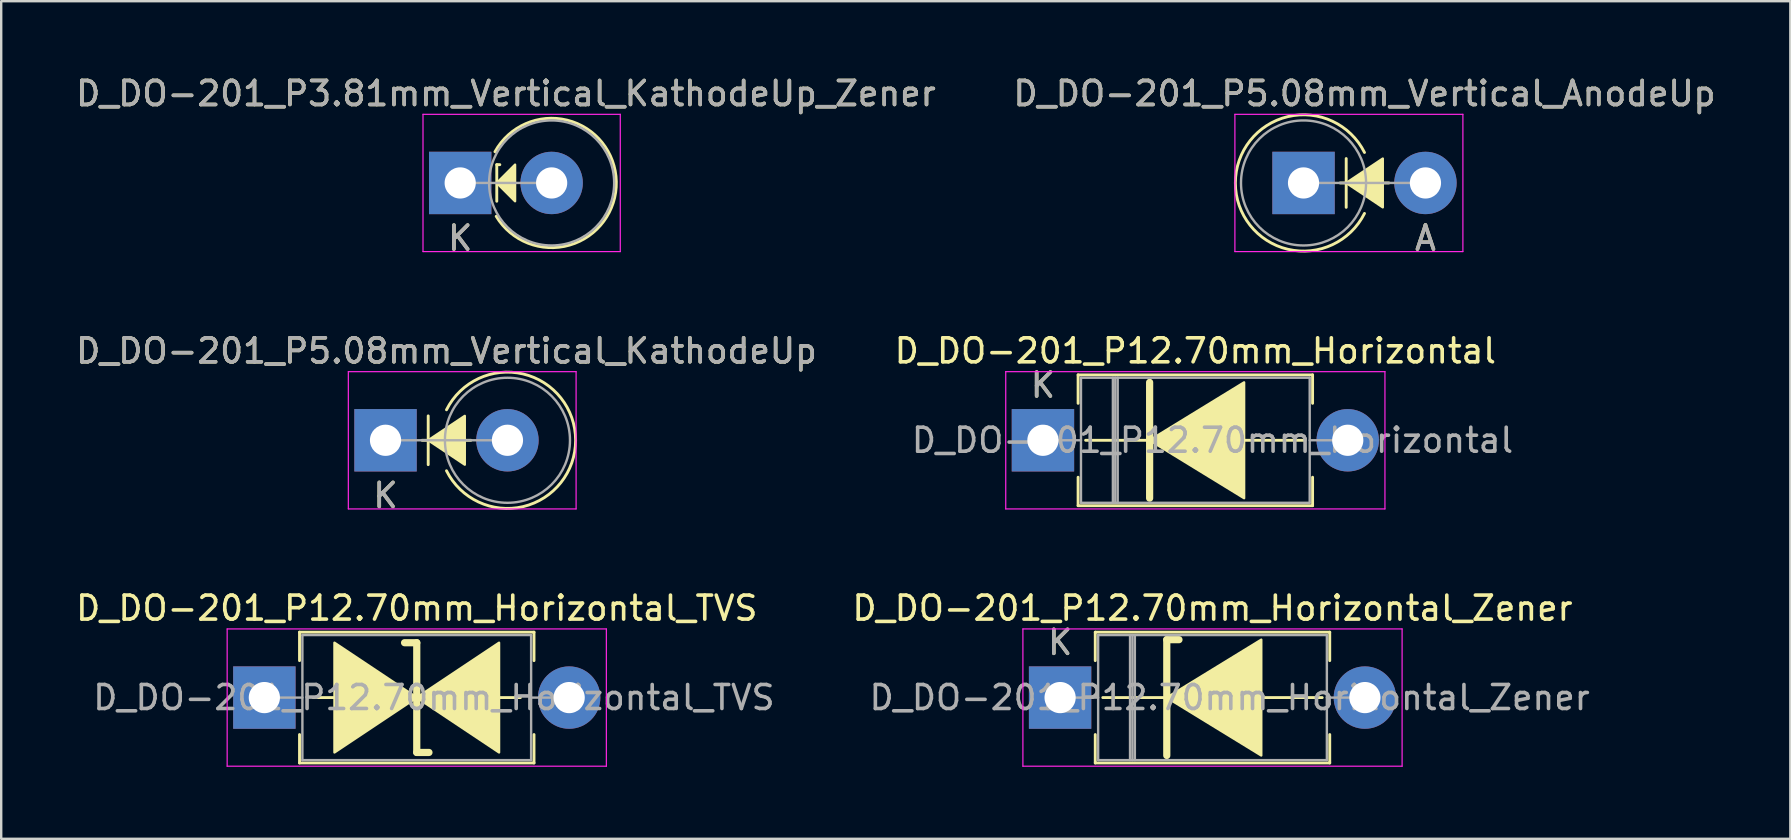
<source format=kicad_pcb>
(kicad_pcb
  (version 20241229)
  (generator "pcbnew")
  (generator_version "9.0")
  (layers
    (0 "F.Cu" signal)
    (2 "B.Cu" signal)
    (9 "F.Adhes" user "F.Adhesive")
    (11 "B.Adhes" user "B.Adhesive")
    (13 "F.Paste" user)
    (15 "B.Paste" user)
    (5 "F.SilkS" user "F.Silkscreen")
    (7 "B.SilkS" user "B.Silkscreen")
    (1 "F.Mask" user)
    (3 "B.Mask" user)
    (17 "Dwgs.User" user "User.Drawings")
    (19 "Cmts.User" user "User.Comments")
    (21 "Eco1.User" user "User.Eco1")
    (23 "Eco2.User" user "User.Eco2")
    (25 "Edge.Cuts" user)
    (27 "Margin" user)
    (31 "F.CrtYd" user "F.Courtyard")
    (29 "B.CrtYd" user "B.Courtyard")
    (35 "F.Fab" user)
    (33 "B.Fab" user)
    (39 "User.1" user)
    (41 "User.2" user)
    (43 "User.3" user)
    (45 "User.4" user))
  (footprint "D_DO-201_P3.81mm_Vertical_KathodeUp_Zener"
    (layer "F.Cu")
    (at 16.125 4.573)
    (property "Reference" "D_DO-201_P3.81mm_Vertical_KathodeUp_Zener" (at 1.905 -3.725 0) (layer "F.SilkS") (effects (font (size 1 1) (thickness 0.15))))
    (attr through_hole)
    (fp_line (start 1.524 -0.762) (end 1.524 0.762) (stroke (width 0.12) (type solid)) (layer "F.SilkS"))
    (fp_line (start 1.524 -0.762) (end 1.651 -0.762) (stroke (width 0.12) (type solid)) (layer "F.SilkS"))
    (fp_arc (start 1.448639 -1.3) (mid 6.505054 -0.052035) (end 1.50058 1.390181) (stroke (width 0.12) (type solid)) (layer "F.SilkS"))
    (fp_poly (pts (xy 2.286 0.762) (xy 1.524 0) (xy 2.286 -0.762)) (stroke (width 0.1) (type solid)) (fill yes) (layer "F.SilkS"))
    (fp_line (start -1.55 -2.86) (end -1.55 2.86) (stroke (width 0.05) (type solid)) (layer "F.CrtYd"))
    (fp_line (start -1.55 2.86) (end 6.67 2.86) (stroke (width 0.05) (type solid)) (layer "F.CrtYd"))
    (fp_line (start 6.67 -2.86) (end -1.55 -2.86) (stroke (width 0.05) (type solid)) (layer "F.CrtYd"))
    (fp_line (start 6.67 2.86) (end 6.67 -2.86) (stroke (width 0.05) (type solid)) (layer "F.CrtYd"))
    (fp_line (start 0 0) (end 3.81 0) (stroke (width 0.1) (type solid)) (layer "F.Fab"))
    (fp_circle (center 3.81 0) (end 6.415 0) (stroke (width 0.1) (type solid)) (fill no) (layer "F.Fab"))
    (fp_text user "K" (at 0 2.3 0) (layer "F.SilkS") (effects (font (size 1 1) (thickness 0.15))))
    (fp_text user "${REFERENCE}" (at 1.905 -3.725 0) (layer "F.Fab") (effects (font (size 1 1) (thickness 0.15))))
    (fp_text user "K" (at 0 2.3 0) (layer "F.Fab") (effects (font (size 1 1) (thickness 0.15))))
    (pad "1" thru_hole rect (at 0 0) (size 2.6 2.6) (drill 1.3) (layers "*.Cu" "*.Mask"))
    (pad "2" thru_hole oval (at 3.81 0) (size 2.6 2.6) (drill 1.3) (layers "*.Cu" "*.Mask")))
  (footprint "D_DO-201_P12.70mm_Horizontal_TVS"
    (layer "F.Cu")
    (at 7.965 26.016)
    (property "Reference" "D_DO-201_P12.70mm_Horizontal_TVS" (at 6.35 -3.725 0) (layer "F.SilkS") (effects (font (size 1 1) (thickness 0.15))))
    (attr through_hole)
    (fp_line (start 1.465 -2.725) (end 11.235 -2.725) (stroke (width 0.12) (type solid)) (layer "F.SilkS"))
    (fp_line (start 1.465 -1.54) (end 1.465 -2.725) (stroke (width 0.12) (type solid)) (layer "F.SilkS"))
    (fp_line (start 1.465 1.54) (end 1.465 2.725) (stroke (width 0.12) (type solid)) (layer "F.SilkS"))
    (fp_line (start 1.465 2.725) (end 11.235 2.725) (stroke (width 0.12) (type solid)) (layer "F.SilkS"))
    (fp_line (start 2.032 0) (end 2.921 0) (stroke (width 0.12) (type solid)) (layer "F.SilkS"))
    (fp_line (start 6.35 -2.286) (end 5.842 -2.286) (stroke (width 0.3) (type solid)) (layer "F.SilkS"))
    (fp_line (start 6.35 2.286) (end 6.35 -2.286) (stroke (width 0.3) (type solid)) (layer "F.SilkS"))
    (fp_line (start 6.858 2.286) (end 6.35 2.286) (stroke (width 0.3) (type solid)) (layer "F.SilkS"))
    (fp_line (start 9.779 0) (end 10.668 0) (stroke (width 0.12) (type solid)) (layer "F.SilkS"))
    (fp_line (start 11.235 -2.725) (end 11.235 -1.54) (stroke (width 0.12) (type solid)) (layer "F.SilkS"))
    (fp_line (start 11.235 2.725) (end 11.235 1.54) (stroke (width 0.12) (type solid)) (layer "F.SilkS"))
    (fp_poly (pts (xy 6.35 0) (xy 2.921 2.286) (xy 2.921 -2.286)) (stroke (width 0.1) (type solid)) (fill yes) (layer "F.SilkS"))
    (fp_poly (pts (xy 6.35 0) (xy 9.779 -2.286) (xy 9.779 2.286)) (stroke (width 0.1) (type solid)) (fill yes) (layer "F.SilkS"))
    (fp_line (start -1.55 -2.86) (end -1.55 2.86) (stroke (width 0.05) (type solid)) (layer "F.CrtYd"))
    (fp_line (start -1.55 2.86) (end 14.25 2.86) (stroke (width 0.05) (type solid)) (layer "F.CrtYd"))
    (fp_line (start 14.25 -2.86) (end -1.55 -2.86) (stroke (width 0.05) (type solid)) (layer "F.CrtYd"))
    (fp_line (start 14.25 2.86) (end 14.25 -2.86) (stroke (width 0.05) (type solid)) (layer "F.CrtYd"))
    (fp_line (start 0 0) (end 1.585 0) (stroke (width 0.1) (type solid)) (layer "F.Fab"))
    (fp_line (start 1.585 -2.605) (end 1.585 2.605) (stroke (width 0.1) (type solid)) (layer "F.Fab"))
    (fp_line (start 1.585 2.605) (end 11.115 2.605) (stroke (width 0.1) (type solid)) (layer "F.Fab"))
    (fp_line (start 11.115 -2.605) (end 1.585 -2.605) (stroke (width 0.1) (type solid)) (layer "F.Fab"))
    (fp_line (start 11.115 2.605) (end 11.115 -2.605) (stroke (width 0.1) (type solid)) (layer "F.Fab"))
    (fp_line (start 12.7 0) (end 11.115 0) (stroke (width 0.1) (type solid)) (layer "F.Fab"))
    (fp_text user "${REFERENCE}" (at 7.065 0 0) (layer "F.Fab") (effects (font (size 1 1) (thickness 0.15))))
    (pad "1" thru_hole rect (at 0 0) (size 2.6 2.6) (drill 1.3) (layers "*.Cu" "*.Mask"))
    (pad "2" thru_hole oval (at 12.7 0) (size 2.6 2.6) (drill 1.3) (layers "*.Cu" "*.Mask")))
  (footprint "D_DO-201_P5.08mm_Vertical_KathodeUp"
    (layer "F.Cu")
    (at 13.014 15.295)
    (property "Reference" "D_DO-201_P5.08mm_Vertical_KathodeUp" (at 2.54 -3.725 0) (layer "F.SilkS") (effects (font (size 1 1) (thickness 0.15))))
    (attr through_hole)
    (fp_line (start 1.524 0) (end 3.556 0) (stroke (width 0.12) (type solid)) (layer "F.SilkS"))
    (fp_line (start 1.778 1.016) (end 1.778 -1.016) (stroke (width 0.12) (type solid)) (layer "F.SilkS"))
    (fp_arc (start 2.539999 -1.269999) (mid 7.919803 0.000001) (end 2.539999 1.27) (stroke (width 0.12) (type solid)) (layer "F.SilkS"))
    (fp_poly (pts (xy 3.302 1.016) (xy 1.778 0) (xy 3.302 -1.016)) (stroke (width 0.1) (type solid)) (fill yes) (layer "F.SilkS"))
    (fp_line (start -1.55 -2.86) (end -1.55 2.86) (stroke (width 0.05) (type solid)) (layer "F.CrtYd"))
    (fp_line (start -1.55 2.86) (end 7.94 2.86) (stroke (width 0.05) (type solid)) (layer "F.CrtYd"))
    (fp_line (start 7.94 -2.86) (end -1.55 -2.86) (stroke (width 0.05) (type solid)) (layer "F.CrtYd"))
    (fp_line (start 7.94 2.86) (end 7.94 -2.86) (stroke (width 0.05) (type solid)) (layer "F.CrtYd"))
    (fp_line (start 0 0) (end 5.08 0) (stroke (width 0.1) (type solid)) (layer "F.Fab"))
    (fp_circle (center 5.08 0) (end 7.685 0) (stroke (width 0.1) (type solid)) (fill no) (layer "F.Fab"))
    (fp_text user "K" (at 0 2.3 0) (layer "F.SilkS") (effects (font (size 1 1) (thickness 0.15))))
    (fp_text user "${REFERENCE}" (at 2.54 -3.725 0) (layer "F.Fab") (effects (font (size 1 1) (thickness 0.15))))
    (fp_text user "K" (at 0 2.3 0) (layer "F.Fab") (effects (font (size 1 1) (thickness 0.15))))
    (pad "1" thru_hole rect (at 0 0) (size 2.6 2.6) (drill 1.3) (layers "*.Cu" "*.Mask"))
    (pad "2" thru_hole oval (at 5.08 0) (size 2.6 2.6) (drill 1.3) (layers "*.Cu" "*.Mask")))
  (footprint "D_DO-201_P12.70mm_Horizontal"
    (layer "F.Cu")
    (at 40.406 15.295)
    (property "Reference" "D_DO-201_P12.70mm_Horizontal" (at 6.35 -3.725 0) (layer "F.SilkS") (effects (font (size 1 1) (thickness 0.15))))
    (attr through_hole)
    (fp_line (start 1.465 -2.725) (end 11.235 -2.725) (stroke (width 0.12) (type solid)) (layer "F.SilkS"))
    (fp_line (start 1.465 -1.54) (end 1.465 -2.725) (stroke (width 0.12) (type solid)) (layer "F.SilkS"))
    (fp_line (start 1.465 1.54) (end 1.465 2.725) (stroke (width 0.12) (type solid)) (layer "F.SilkS"))
    (fp_line (start 1.465 2.725) (end 11.235 2.725) (stroke (width 0.12) (type solid)) (layer "F.SilkS"))
    (fp_line (start 4.445 -2.413) (end 4.445 2.413) (stroke (width 0.3) (type solid)) (layer "F.SilkS"))
    (fp_line (start 4.572 0) (end 1.778 0) (stroke (width 0.12) (type solid)) (layer "F.SilkS"))
    (fp_line (start 8.255 0) (end 10.922 0) (stroke (width 0.12) (type solid)) (layer "F.SilkS"))
    (fp_line (start 11.235 -2.725) (end 11.235 -1.54) (stroke (width 0.12) (type solid)) (layer "F.SilkS"))
    (fp_line (start 11.235 2.725) (end 11.235 1.54) (stroke (width 0.12) (type solid)) (layer "F.SilkS"))
    (fp_poly (pts (xy 8.382 2.413) (xy 4.445 0) (xy 8.382 -2.413)) (stroke (width 0.1) (type solid)) (fill yes) (layer "F.SilkS"))
    (fp_line (start -1.55 -2.86) (end -1.55 2.86) (stroke (width 0.05) (type solid)) (layer "F.CrtYd"))
    (fp_line (start -1.55 2.86) (end 14.25 2.86) (stroke (width 0.05) (type solid)) (layer "F.CrtYd"))
    (fp_line (start 14.25 -2.86) (end -1.55 -2.86) (stroke (width 0.05) (type solid)) (layer "F.CrtYd"))
    (fp_line (start 14.25 2.86) (end 14.25 -2.86) (stroke (width 0.05) (type solid)) (layer "F.CrtYd"))
    (fp_line (start 0 0) (end 1.585 0) (stroke (width 0.1) (type solid)) (layer "F.Fab"))
    (fp_line (start 1.585 -2.605) (end 1.585 2.605) (stroke (width 0.1) (type solid)) (layer "F.Fab"))
    (fp_line (start 1.585 2.605) (end 11.115 2.605) (stroke (width 0.1) (type solid)) (layer "F.Fab"))
    (fp_line (start 2.914 -2.605) (end 2.914 2.605) (stroke (width 0.1) (type solid)) (layer "F.Fab"))
    (fp_line (start 3.014 -2.605) (end 3.014 2.605) (stroke (width 0.1) (type solid)) (layer "F.Fab"))
    (fp_line (start 3.115 -2.605) (end 3.115 2.605) (stroke (width 0.1) (type solid)) (layer "F.Fab"))
    (fp_line (start 11.115 -2.605) (end 1.585 -2.605) (stroke (width 0.1) (type solid)) (layer "F.Fab"))
    (fp_line (start 11.115 2.605) (end 11.115 -2.605) (stroke (width 0.1) (type solid)) (layer "F.Fab"))
    (fp_line (start 12.7 0) (end 11.115 0) (stroke (width 0.1) (type solid)) (layer "F.Fab"))
    (fp_text user "K" (at 0 -2.3 0) (layer "F.SilkS") (effects (font (size 1 1) (thickness 0.15))))
    (fp_text user "${REFERENCE}" (at 7.065 0 0) (layer "F.Fab") (effects (font (size 1 1) (thickness 0.15))))
    (fp_text user "K" (at 0 -2.3 0) (layer "F.Fab") (effects (font (size 1 1) (thickness 0.15))))
    (pad "1" thru_hole rect (at 0 0) (size 2.6 2.6) (drill 1.3) (layers "*.Cu" "*.Mask"))
    (pad "2" thru_hole oval (at 12.7 0) (size 2.6 2.6) (drill 1.3) (layers "*.Cu" "*.Mask")))
  (footprint "D_DO-201_P5.08mm_Vertical_AnodeUp"
    (layer "F.Cu")
    (at 51.264 4.573)
    (property "Reference" "D_DO-201_P5.08mm_Vertical_AnodeUp" (at 2.54 -3.725 0) (layer "F.SilkS") (effects (font (size 1 1) (thickness 0.15))))
    (attr through_hole)
    (fp_line (start 1.524 0) (end 3.556 0) (stroke (width 0.12) (type solid)) (layer "F.SilkS"))
    (fp_line (start 1.778 1.016) (end 1.778 -1.016) (stroke (width 0.12) (type solid)) (layer "F.SilkS"))
    (fp_arc (start 2.539999 1.27) (mid -2.839805 0) (end 2.539999 -1.269999) (stroke (width 0.12) (type solid)) (layer "F.SilkS"))
    (fp_poly (pts (xy 3.302 1.016) (xy 1.778 0) (xy 3.302 -1.016)) (stroke (width 0.1) (type solid)) (fill yes) (layer "F.SilkS"))
    (fp_line (start -2.86 -2.86) (end -2.86 2.86) (stroke (width 0.05) (type solid)) (layer "F.CrtYd"))
    (fp_line (start -2.86 2.86) (end 6.64 2.86) (stroke (width 0.05) (type solid)) (layer "F.CrtYd"))
    (fp_line (start 6.64 -2.86) (end -2.86 -2.86) (stroke (width 0.05) (type solid)) (layer "F.CrtYd"))
    (fp_line (start 6.64 2.86) (end 6.64 -2.86) (stroke (width 0.05) (type solid)) (layer "F.CrtYd"))
    (fp_line (start 0 0) (end 5.08 0) (stroke (width 0.1) (type solid)) (layer "F.Fab"))
    (fp_circle (center 0 0) (end 2.605 0) (stroke (width 0.1) (type solid)) (fill no) (layer "F.Fab"))
    (fp_text user "A" (at 5.08 2.3 0) (layer "F.SilkS") (effects (font (size 1 1) (thickness 0.15))))
    (fp_text user "${REFERENCE}" (at 2.54 -3.725 0) (layer "F.Fab") (effects (font (size 1 1) (thickness 0.15))))
    (fp_text user "A" (at 5.08 2.3 0) (layer "F.Fab") (effects (font (size 1 1) (thickness 0.15))))
    (pad "1" thru_hole rect (at 0 0) (size 2.6 2.6) (drill 1.3) (layers "*.Cu" "*.Mask"))
    (pad "2" thru_hole oval (at 5.08 0) (size 2.6 2.6) (drill 1.3) (layers "*.Cu" "*.Mask")))
  (footprint "D_DO-201_P12.70mm_Horizontal_Zener"
    (layer "F.Cu")
    (at 41.121 26.016)
    (property "Reference" "D_DO-201_P12.70mm_Horizontal_Zener" (at 6.35 -3.725 0) (layer "F.SilkS") (effects (font (size 1 1) (thickness 0.15))))
    (attr through_hole)
    (fp_line (start 1.465 -2.725) (end 11.235 -2.725) (stroke (width 0.12) (type solid)) (layer "F.SilkS"))
    (fp_line (start 1.465 -1.54) (end 1.465 -2.725) (stroke (width 0.12) (type solid)) (layer "F.SilkS"))
    (fp_line (start 1.465 1.54) (end 1.465 2.725) (stroke (width 0.12) (type solid)) (layer "F.SilkS"))
    (fp_line (start 1.465 2.725) (end 11.235 2.725) (stroke (width 0.12) (type solid)) (layer "F.SilkS"))
    (fp_line (start 4.445 -2.413) (end 4.445 2.413) (stroke (width 0.3) (type solid)) (layer "F.SilkS"))
    (fp_line (start 4.445 -2.413) (end 4.953 -2.413) (stroke (width 0.3) (type solid)) (layer "F.SilkS"))
    (fp_line (start 4.572 0) (end 1.778 0) (stroke (width 0.12) (type solid)) (layer "F.SilkS"))
    (fp_line (start 8.255 0) (end 10.922 0) (stroke (width 0.12) (type solid)) (layer "F.SilkS"))
    (fp_line (start 11.235 -2.725) (end 11.235 -1.54) (stroke (width 0.12) (type solid)) (layer "F.SilkS"))
    (fp_line (start 11.235 2.725) (end 11.235 1.54) (stroke (width 0.12) (type solid)) (layer "F.SilkS"))
    (fp_poly (pts (xy 8.382 2.413) (xy 4.445 0) (xy 8.382 -2.413)) (stroke (width 0.1) (type solid)) (fill yes) (layer "F.SilkS"))
    (fp_line (start -1.55 -2.86) (end -1.55 2.86) (stroke (width 0.05) (type solid)) (layer "F.CrtYd"))
    (fp_line (start -1.55 2.86) (end 14.25 2.86) (stroke (width 0.05) (type solid)) (layer "F.CrtYd"))
    (fp_line (start 14.25 -2.86) (end -1.55 -2.86) (stroke (width 0.05) (type solid)) (layer "F.CrtYd"))
    (fp_line (start 14.25 2.86) (end 14.25 -2.86) (stroke (width 0.05) (type solid)) (layer "F.CrtYd"))
    (fp_line (start 0 0) (end 1.585 0) (stroke (width 0.1) (type solid)) (layer "F.Fab"))
    (fp_line (start 1.585 -2.605) (end 1.585 2.605) (stroke (width 0.1) (type solid)) (layer "F.Fab"))
    (fp_line (start 1.585 2.605) (end 11.115 2.605) (stroke (width 0.1) (type solid)) (layer "F.Fab"))
    (fp_line (start 2.914 -2.605) (end 2.914 2.605) (stroke (width 0.1) (type solid)) (layer "F.Fab"))
    (fp_line (start 3.014 -2.605) (end 3.014 2.605) (stroke (width 0.1) (type solid)) (layer "F.Fab"))
    (fp_line (start 3.115 -2.605) (end 3.115 2.605) (stroke (width 0.1) (type solid)) (layer "F.Fab"))
    (fp_line (start 11.115 -2.605) (end 1.585 -2.605) (stroke (width 0.1) (type solid)) (layer "F.Fab"))
    (fp_line (start 11.115 2.605) (end 11.115 -2.605) (stroke (width 0.1) (type solid)) (layer "F.Fab"))
    (fp_line (start 12.7 0) (end 11.115 0) (stroke (width 0.1) (type solid)) (layer "F.Fab"))
    (fp_text user "K" (at 0 -2.3 0) (layer "F.SilkS") (effects (font (size 1 1) (thickness 0.15))))
    (fp_text user "K" (at 0 -2.3 0) (layer "F.Fab") (effects (font (size 1 1) (thickness 0.15))))
    (fp_text user "${REFERENCE}" (at 7.065 0 0) (layer "F.Fab") (effects (font (size 1 1) (thickness 0.15))))
    (pad "1" thru_hole rect (at 0 0) (size 2.6 2.6) (drill 1.3) (layers "*.Cu" "*.Mask"))
    (pad "2" thru_hole oval (at 12.7 0) (size 2.6 2.6) (drill 1.3) (layers "*.Cu" "*.Mask")))
  (gr_rect
    (start -3 -3)
    (end 71.548 31.901)
    (stroke (width 0.1) (type default))
    (fill no)
    (layer "Edge.Cuts")))
</source>
